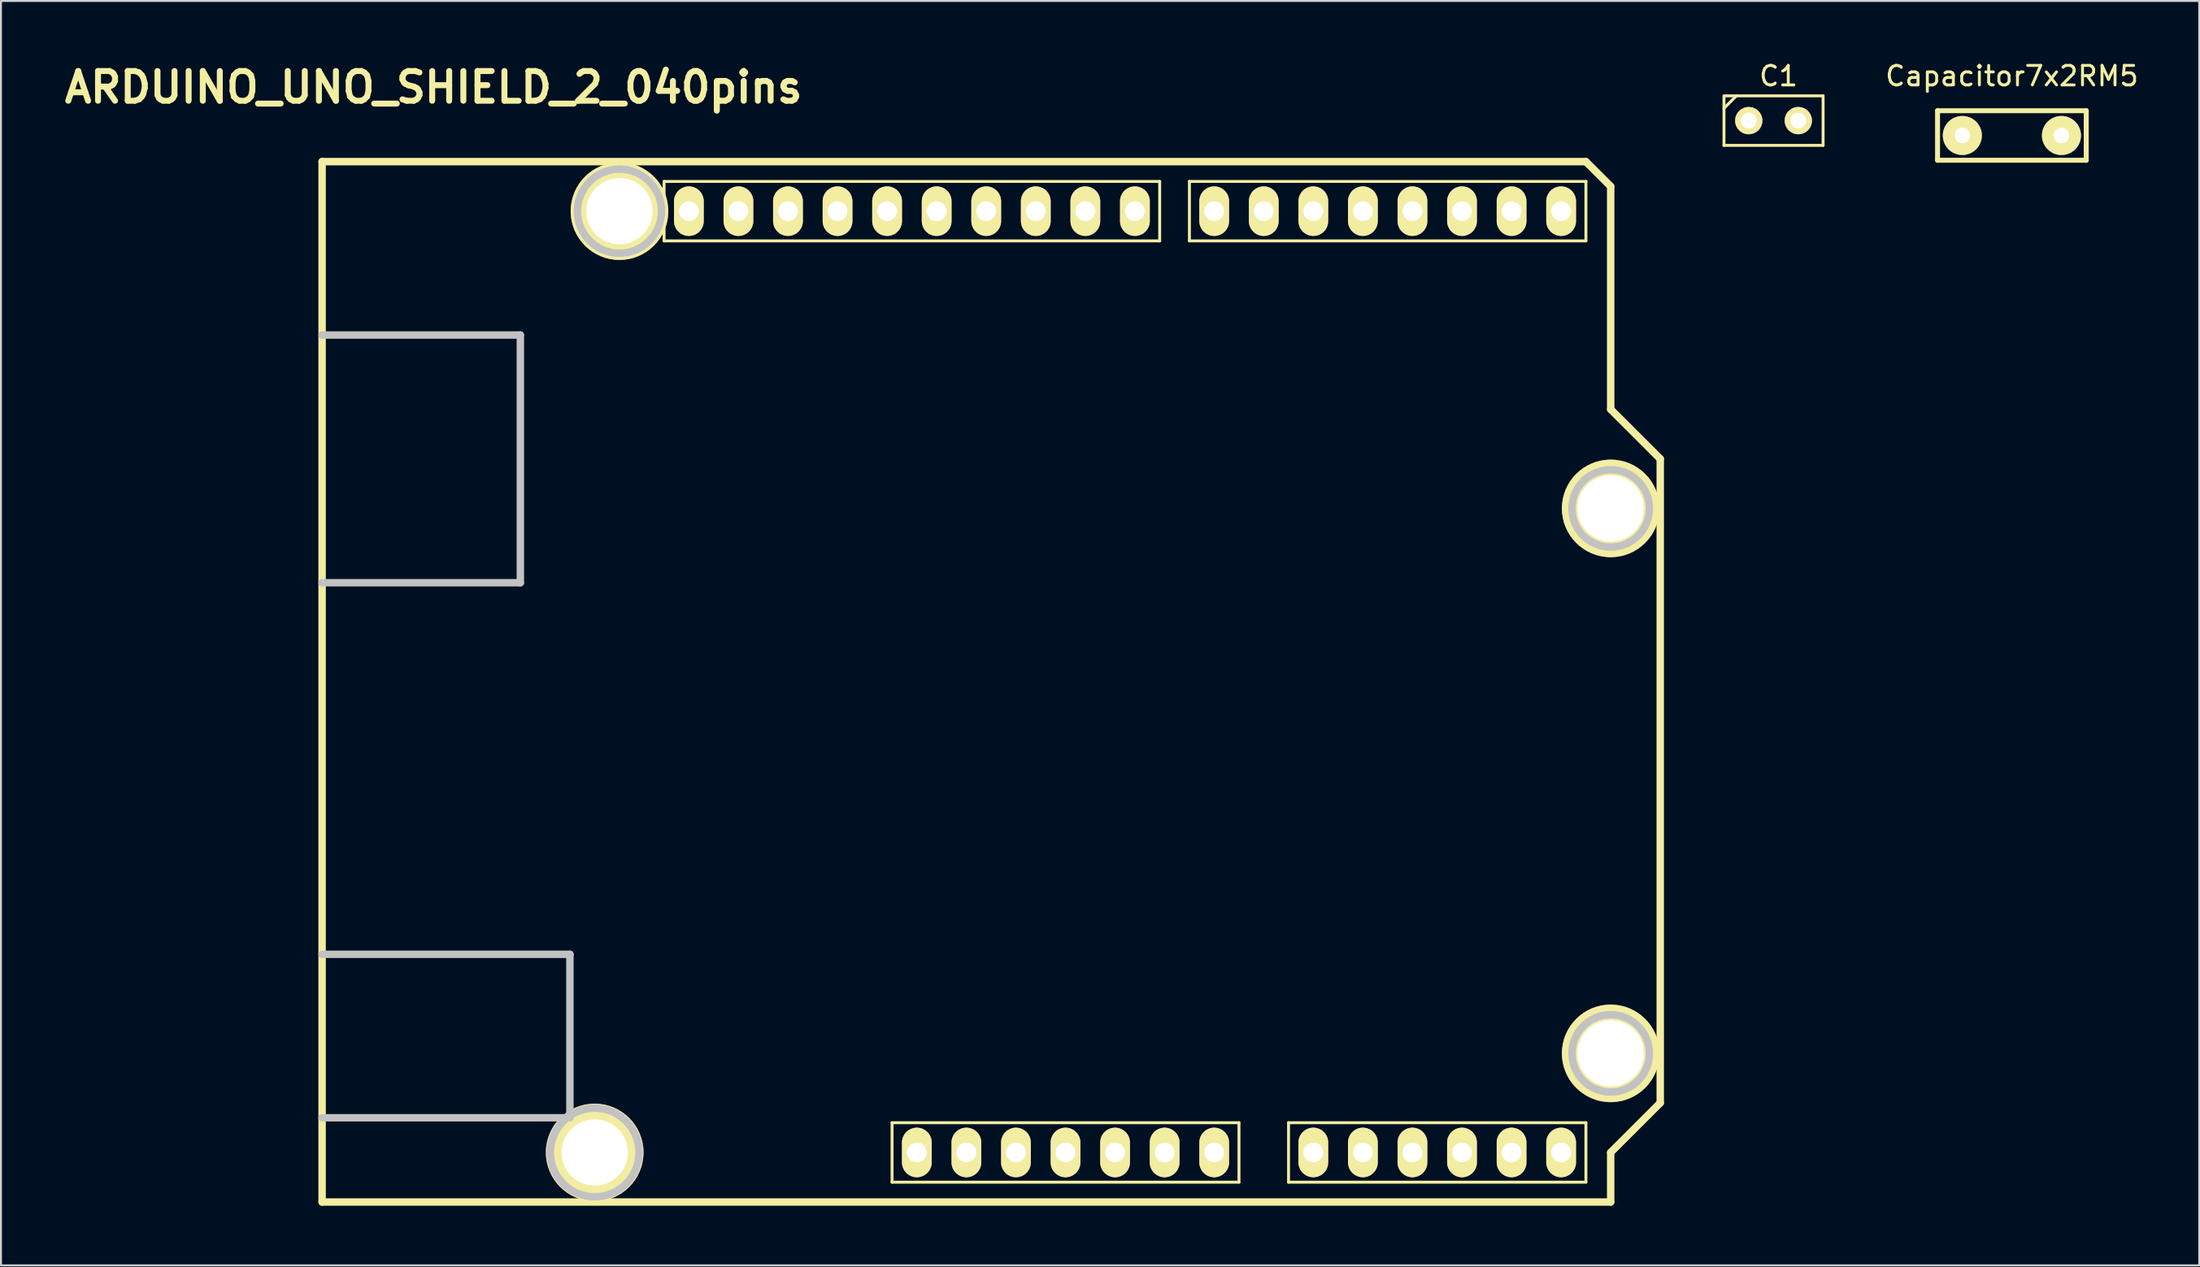
<source format=kicad_pcb>
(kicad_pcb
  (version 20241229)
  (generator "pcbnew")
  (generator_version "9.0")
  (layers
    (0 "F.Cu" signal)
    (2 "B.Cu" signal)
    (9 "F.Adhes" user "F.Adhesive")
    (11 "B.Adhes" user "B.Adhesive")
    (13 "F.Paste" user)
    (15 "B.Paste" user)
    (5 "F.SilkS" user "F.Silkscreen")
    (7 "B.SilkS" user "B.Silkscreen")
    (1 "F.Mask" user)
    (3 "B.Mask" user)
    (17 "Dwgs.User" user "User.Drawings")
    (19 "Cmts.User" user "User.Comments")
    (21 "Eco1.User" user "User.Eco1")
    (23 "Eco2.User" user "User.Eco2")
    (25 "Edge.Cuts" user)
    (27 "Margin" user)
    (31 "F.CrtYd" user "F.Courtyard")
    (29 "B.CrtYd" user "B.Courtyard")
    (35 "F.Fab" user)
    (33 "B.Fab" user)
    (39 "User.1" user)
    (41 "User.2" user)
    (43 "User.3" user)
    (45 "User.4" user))
  (footprint "C1"
    (layer "F.Cu")
    (at 87.844 3.134)
    (property "Reference" "C1" (at 0.254 -2.286 0) (layer "F.SilkS") (effects (font (size 1 1) (thickness 0.15))))
    (attr through_hole)
    (fp_line (start -2.54 -0.635) (end -1.905 -1.27) (stroke (width 0.15) (type solid)) (layer "F.SilkS"))
    (fp_line (start -2.54 1.27) (end -2.54 -1.27) (stroke (width 0.15) (type solid)) (layer "F.SilkS"))
    (fp_line (start -2.489 -1.27) (end 2.54 -1.27) (stroke (width 0.15) (type solid)) (layer "F.SilkS"))
    (fp_line (start 2.54 -1.27) (end 2.54 1.27) (stroke (width 0.15) (type solid)) (layer "F.SilkS"))
    (fp_line (start 2.54 1.27) (end -2.54 1.27) (stroke (width 0.15) (type solid)) (layer "F.SilkS"))
    (pad "1" thru_hole circle (at -1.27 0) (size 1.397 1.397) (drill 0.813) (layers "*.Cu" "*.Mask" "F.SilkS"))
    (pad "2" thru_hole circle (at 1.27 0) (size 1.397 1.397) (drill 0.813) (layers "*.Cu" "*.Mask" "F.SilkS")))
  (footprint "Capacitor7x2RM5"
    (layer "F.Cu")
    (at 100.06 3.896)
    (property "Reference" "Capacitor7x2RM5" (at 0 -3.048 0) (layer "F.SilkS") (effects (font (size 1 1) (thickness 0.15))))
    (attr through_hole)
    (fp_line (start -3.81 -1.27) (end 3.81 -1.27) (stroke (width 0.254) (type solid)) (layer "F.SilkS"))
    (fp_line (start -3.81 1.27) (end -3.81 -1.27) (stroke (width 0.254) (type solid)) (layer "F.SilkS"))
    (fp_line (start 3.81 -1.27) (end 3.81 1.27) (stroke (width 0.254) (type solid)) (layer "F.SilkS"))
    (fp_line (start 3.81 1.27) (end -3.81 1.27) (stroke (width 0.254) (type solid)) (layer "F.SilkS"))
    (pad "1" thru_hole circle (at -2.54 0) (size 1.999 1.999) (drill 0.8) (layers "*.Cu" "*.Mask" "F.SilkS"))
    (pad "2" thru_hole circle (at 2.54 0) (size 1.999 1.999) (drill 0.8) (layers "*.Cu" "*.Mask" "F.SilkS")))
  (footprint "ARDUINO_UNO_SHIELD_2_040pins"
    (layer "F.Cu")
    (at 13.458 58.576)
    (property "Reference" "ARDUINO_UNO_SHIELD_2_040pins" (at 5.715 -57.15 0) (layer "F.SilkS") (effects (font (size 1.524 1.524) (thickness 0.305))))
    (attr through_hole)
    (fp_line (start 0 0) (end 0 -53.34) (stroke (width 0.381) (type solid)) (layer "F.SilkS"))
    (fp_line (start 17.526 -52.324) (end 42.926 -52.324) (stroke (width 0.15) (type solid)) (layer "F.SilkS"))
    (fp_line (start 17.526 -49.276) (end 17.526 -52.324) (stroke (width 0.15) (type solid)) (layer "F.SilkS"))
    (fp_line (start 29.21 -4.064) (end 29.21 -1.016) (stroke (width 0.15) (type solid)) (layer "F.SilkS"))
    (fp_line (start 29.21 -1.016) (end 46.99 -1.016) (stroke (width 0.15) (type solid)) (layer "F.SilkS"))
    (fp_line (start 42.926 -52.324) (end 42.926 -49.276) (stroke (width 0.15) (type solid)) (layer "F.SilkS"))
    (fp_line (start 42.926 -49.276) (end 17.526 -49.276) (stroke (width 0.15) (type solid)) (layer "F.SilkS"))
    (fp_line (start 44.45 -52.324) (end 64.77 -52.324) (stroke (width 0.15) (type solid)) (layer "F.SilkS"))
    (fp_line (start 44.45 -49.276) (end 44.45 -52.324) (stroke (width 0.15) (type solid)) (layer "F.SilkS"))
    (fp_line (start 46.99 -4.064) (end 29.21 -4.064) (stroke (width 0.15) (type solid)) (layer "F.SilkS"))
    (fp_line (start 46.99 -1.016) (end 46.99 -4.064) (stroke (width 0.15) (type solid)) (layer "F.SilkS"))
    (fp_line (start 49.53 -4.064) (end 49.53 -1.016) (stroke (width 0.15) (type solid)) (layer "F.SilkS"))
    (fp_line (start 49.53 -1.016) (end 64.77 -1.016) (stroke (width 0.15) (type solid)) (layer "F.SilkS"))
    (fp_line (start 64.77 -53.34) (end 0 -53.34) (stroke (width 0.381) (type solid)) (layer "F.SilkS"))
    (fp_line (start 64.77 -52.324) (end 64.77 -49.276) (stroke (width 0.15) (type solid)) (layer "F.SilkS"))
    (fp_line (start 64.77 -49.276) (end 44.45 -49.276) (stroke (width 0.15) (type solid)) (layer "F.SilkS"))
    (fp_line (start 64.77 -4.064) (end 49.53 -4.064) (stroke (width 0.15) (type solid)) (layer "F.SilkS"))
    (fp_line (start 64.77 -1.016) (end 64.77 -4.064) (stroke (width 0.15) (type solid)) (layer "F.SilkS"))
    (fp_line (start 66.04 -52.07) (end 64.77 -53.34) (stroke (width 0.381) (type solid)) (layer "F.SilkS"))
    (fp_line (start 66.04 -40.64) (end 66.04 -52.07) (stroke (width 0.381) (type solid)) (layer "F.SilkS"))
    (fp_line (start 66.04 -40.64) (end 68.58 -38.1) (stroke (width 0.381) (type solid)) (layer "F.SilkS"))
    (fp_line (start 66.04 -2.54) (end 66.04 0) (stroke (width 0.381) (type solid)) (layer "F.SilkS"))
    (fp_line (start 66.04 0) (end 0 0) (stroke (width 0.381) (type solid)) (layer "F.SilkS"))
    (fp_line (start 68.58 -38.1) (end 68.58 -5.08) (stroke (width 0.381) (type solid)) (layer "F.SilkS"))
    (fp_line (start 68.58 -5.08) (end 66.04 -2.54) (stroke (width 0.381) (type solid)) (layer "F.SilkS"))
    (fp_line (start 0 -44.45) (end 10.16 -44.45) (stroke (width 0.381) (type solid)) (layer "Dwgs.User"))
    (fp_line (start 0 -12.7) (end 12.7 -12.7) (stroke (width 0.381) (type solid)) (layer "Dwgs.User"))
    (fp_line (start 10.16 -44.45) (end 10.16 -31.75) (stroke (width 0.381) (type solid)) (layer "Dwgs.User"))
    (fp_line (start 10.16 -31.75) (end 0 -31.75) (stroke (width 0.381) (type solid)) (layer "Dwgs.User"))
    (fp_line (start 12.7 -12.7) (end 12.7 -4.572) (stroke (width 0.381) (type solid)) (layer "Dwgs.User"))
    (fp_line (start 12.7 -4.318) (end 0 -4.318) (stroke (width 0.381) (type solid)) (layer "Dwgs.User"))
    (fp_circle (center 13.97 -2.54) (end 16.002 -1.524) (stroke (width 0.381) (type solid)) (fill no) (layer "Dwgs.User"))
    (fp_circle (center 15.24 -50.8) (end 16.764 -49.276) (stroke (width 0.381) (type solid)) (fill no) (layer "Dwgs.User"))
    (fp_circle (center 66.04 -35.56) (end 67.31 -34.036) (stroke (width 0.381) (type solid)) (fill no) (layer "Dwgs.User"))
    (fp_circle (center 66.04 -7.62) (end 67.31 -6.096) (stroke (width 0.381) (type solid)) (fill no) (layer "Dwgs.User"))
    (pad "0" thru_hole oval (at 63.5 -50.8 90) (size 2.54 1.524) (drill 1.016) (layers "*.Cu" "*.Mask" "F.SilkS"))
    (pad "1" thru_hole oval (at 60.96 -50.8 90) (size 2.54 1.524) (drill 1.016) (layers "*.Cu" "*.Mask" "F.SilkS"))
    (pad "2" thru_hole oval (at 58.42 -50.8 90) (size 2.54 1.524) (drill 1.016) (layers "*.Cu" "*.Mask" "F.SilkS"))
    (pad "3" thru_hole oval (at 55.88 -50.8 90) (size 2.54 1.524) (drill 1.016) (layers "*.Cu" "*.Mask" "F.SilkS"))
    (pad "3V3" thru_hole oval (at 35.56 -2.54 90) (size 2.54 1.524) (drill 1.016) (layers "*.Cu" "*.Mask" "F.SilkS"))
    (pad "4" thru_hole oval (at 53.34 -50.8 90) (size 2.54 1.524) (drill 1.016) (layers "*.Cu" "*.Mask" "F.SilkS"))
    (pad "5" thru_hole oval (at 50.8 -50.8 90) (size 2.54 1.524) (drill 1.016) (layers "*.Cu" "*.Mask" "F.SilkS"))
    (pad "5V" thru_hole oval (at 38.1 -2.54 90) (size 2.54 1.524) (drill 1.016) (layers "*.Cu" "*.Mask" "F.SilkS"))
    (pad "6" thru_hole oval (at 48.26 -50.8 90) (size 2.54 1.524) (drill 1.016) (layers "*.Cu" "*.Mask" "F.SilkS"))
    (pad "7" thru_hole oval (at 45.72 -50.8 90) (size 2.54 1.524) (drill 1.016) (layers "*.Cu" "*.Mask" "F.SilkS"))
    (pad "8" thru_hole oval (at 41.656 -50.8 90) (size 2.54 1.524) (drill 1.016) (layers "*.Cu" "*.Mask" "F.SilkS"))
    (pad "9" thru_hole oval (at 39.116 -50.8 90) (size 2.54 1.524) (drill 1.016) (layers "*.Cu" "*.Mask" "F.SilkS"))
    (pad "10" thru_hole oval (at 36.576 -50.8 90) (size 2.54 1.524) (drill 1.016) (layers "*.Cu" "*.Mask" "F.SilkS"))
    (pad "11" thru_hole oval (at 34.036 -50.8 90) (size 2.54 1.524) (drill 1.016) (layers "*.Cu" "*.Mask" "F.SilkS"))
    (pad "12" thru_hole oval (at 31.496 -50.8 90) (size 2.54 1.524) (drill 1.016) (layers "*.Cu" "*.Mask" "F.SilkS"))
    (pad "13" thru_hole oval (at 28.956 -50.8 90) (size 2.54 1.524) (drill 1.016) (layers "*.Cu" "*.Mask" "F.SilkS"))
    (pad "AD0" thru_hole oval (at 50.8 -2.54 90) (size 2.54 1.524) (drill 1.016) (layers "*.Cu" "*.Mask" "F.SilkS"))
    (pad "AD1" thru_hole oval (at 53.34 -2.54 90) (size 2.54 1.524) (drill 1.016) (layers "*.Cu" "*.Mask" "F.SilkS"))
    (pad "AD2" thru_hole oval (at 55.88 -2.54 90) (size 2.54 1.524) (drill 1.016) (layers "*.Cu" "*.Mask" "F.SilkS"))
    (pad "AD3" thru_hole oval (at 58.42 -2.54 90) (size 2.54 1.524) (drill 1.016) (layers "*.Cu" "*.Mask" "F.SilkS"))
    (pad "AD4" thru_hole oval (at 21.336 -50.8 90) (size 2.54 1.524) (drill 1.016) (layers "*.Cu" "*.Mask" "F.SilkS"))
    (pad "AD4" thru_hole oval (at 60.96 -2.54 90) (size 2.54 1.524) (drill 1.016) (layers "*.Cu" "*.Mask" "F.SilkS"))
    (pad "AD5" thru_hole oval (at 18.796 -50.8 90) (size 2.54 1.524) (drill 1.016) (layers "*.Cu" "*.Mask" "F.SilkS"))
    (pad "AD5" thru_hole oval (at 63.5 -2.54 90) (size 2.54 1.524) (drill 1.016) (layers "*.Cu" "*.Mask" "F.SilkS"))
    (pad "AREF" thru_hole oval (at 23.876 -50.8 90) (size 2.54 1.524) (drill 1.016) (layers "*.Cu" "*.Mask" "F.SilkS"))
    (pad "GND1" thru_hole oval (at 40.64 -2.54 90) (size 2.54 1.524) (drill 1.016) (layers "*.Cu" "*.Mask" "F.SilkS"))
    (pad "GND2" thru_hole oval (at 43.18 -2.54 90) (size 2.54 1.524) (drill 1.016) (layers "*.Cu" "*.Mask" "F.SilkS"))
    (pad "GND3" thru_hole oval (at 26.416 -50.8 90) (size 2.54 1.524) (drill 1.016) (layers "*.Cu" "*.Mask" "F.SilkS"))
    (pad "H1" thru_hole circle (at 15.24 -50.8) (size 5 5) (drill 3.4) (layers "*.Cu" "*.Mask" "F.SilkS"))
    (pad "H2" thru_hole circle (at 66.04 -35.56) (size 5 5) (drill 3.4) (layers "*.Cu" "*.Mask" "F.SilkS"))
    (pad "H3" thru_hole circle (at 66.04 -7.62) (size 5 5) (drill 3.4) (layers "*.Cu" "*.Mask" "F.SilkS"))
    (pad "H4" thru_hole circle (at 13.97 -2.54) (size 5 5) (drill 3.4) (layers "*.Cu" "*.Mask" "F.SilkS"))
    (pad "IORE" thru_hole oval (at 30.48 -2.54 90) (size 2.54 1.524) (drill 1.016) (layers "*.Cu" "*.Mask" "F.SilkS"))
    (pad "RST" thru_hole oval (at 33.02 -2.54 90) (size 2.54 1.524) (drill 1.016) (layers "*.Cu" "*.Mask" "F.SilkS"))
    (pad "V_IN" thru_hole oval (at 45.72 -2.54 90) (size 2.54 1.524) (drill 1.016) (layers "*.Cu" "*.Mask" "F.SilkS")))
  (gr_rect
    (start -3 -3)
    (end 109.661 61.826)
    (stroke (width 0.1) (type default))
    (fill no)
    (layer "Edge.Cuts")))
</source>
